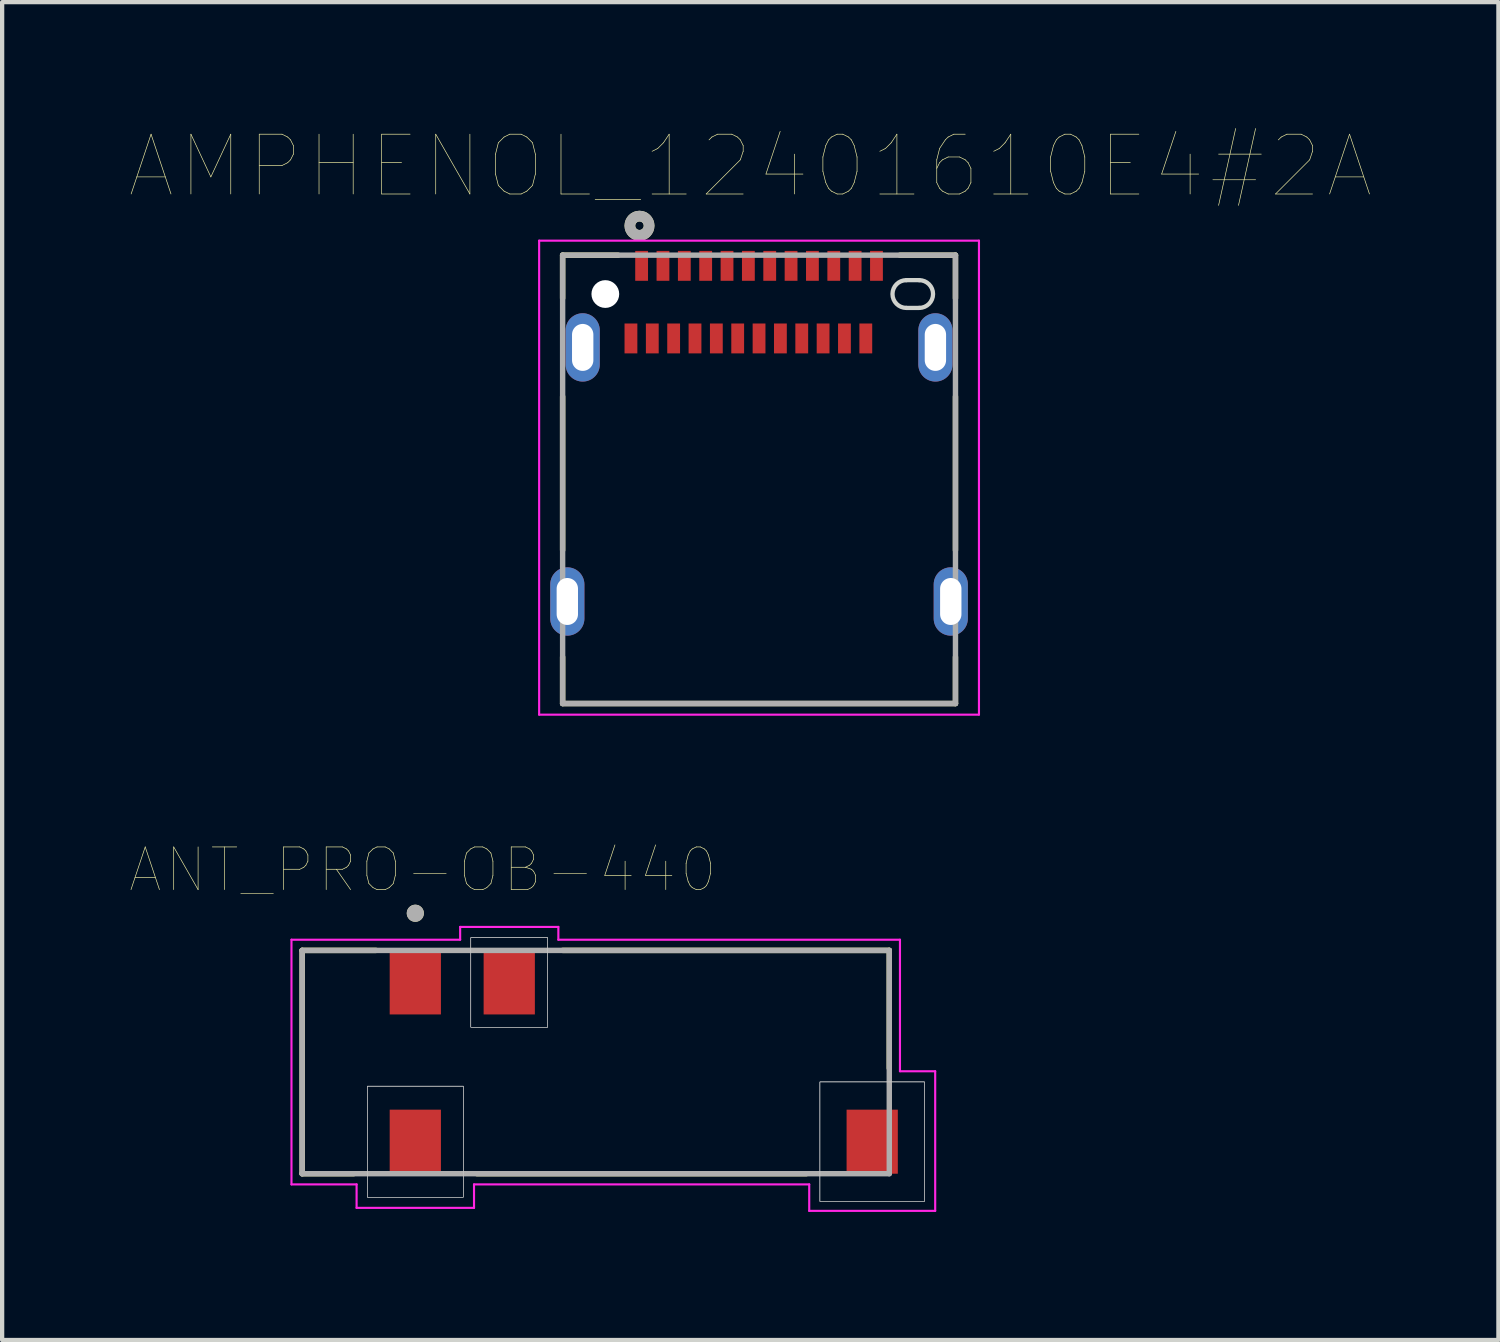
<source format=kicad_pcb>
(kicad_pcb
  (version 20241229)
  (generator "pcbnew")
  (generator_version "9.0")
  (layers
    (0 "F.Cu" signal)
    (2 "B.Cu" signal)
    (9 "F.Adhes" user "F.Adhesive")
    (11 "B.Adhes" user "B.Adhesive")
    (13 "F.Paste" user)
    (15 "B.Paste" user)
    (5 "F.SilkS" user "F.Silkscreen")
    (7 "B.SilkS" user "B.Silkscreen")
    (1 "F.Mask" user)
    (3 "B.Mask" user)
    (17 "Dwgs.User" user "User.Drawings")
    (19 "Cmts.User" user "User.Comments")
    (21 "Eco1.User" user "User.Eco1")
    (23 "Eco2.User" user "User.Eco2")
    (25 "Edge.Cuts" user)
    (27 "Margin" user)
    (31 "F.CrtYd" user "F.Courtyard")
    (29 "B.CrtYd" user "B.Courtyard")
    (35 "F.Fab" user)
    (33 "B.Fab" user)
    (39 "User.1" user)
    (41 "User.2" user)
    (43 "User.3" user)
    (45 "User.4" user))
  (footprint "AMPHENOL_12401610E4#2A"
    (layer "F.Cu")
    (at 14.726 3.836)
    (property "Reference" "AMPHENOL_12401610E4#2A" (at -0.205 -2.99 0) (layer "F.SilkS") (effects (font (size 1.4 1.4) (thickness 0.015))))
    (attr through_hole)
    (fp_line (start -4.6 -0.91) (end -4.6 0.1) (stroke (width 0.127) (type solid)) (layer "F.SilkS"))
    (fp_line (start -4.6 2.4) (end -4.6 6) (stroke (width 0.127) (type solid)) (layer "F.SilkS"))
    (fp_line (start -4.6 8.5) (end -4.6 9.59) (stroke (width 0.127) (type solid)) (layer "F.SilkS"))
    (fp_line (start -3.3 -0.91) (end -4.6 -0.91) (stroke (width 0.127) (type solid)) (layer "F.SilkS"))
    (fp_line (start 4.6 -0.91) (end 3.3 -0.91) (stroke (width 0.127) (type solid)) (layer "F.SilkS"))
    (fp_line (start 4.6 -0.91) (end 4.6 0.1) (stroke (width 0.127) (type solid)) (layer "F.SilkS"))
    (fp_line (start 4.6 2.4) (end 4.6 6) (stroke (width 0.127) (type solid)) (layer "F.SilkS"))
    (fp_line (start 4.6 8.5) (end 4.6 9.59) (stroke (width 0.127) (type solid)) (layer "F.SilkS"))
    (fp_line (start 4.6 9.59) (end -4.6 9.59) (stroke (width 0.127) (type solid)) (layer "F.SilkS"))
    (fp_circle (center -2.8 -1.6) (end -2.7 -1.6) (stroke (width 0.25) (type solid)) (fill no) (layer "F.SilkS"))
    (fp_line (start 3.45 -0.325) (end 3.75 -0.325) (stroke (width 0.1) (type solid)) (layer "Edge.Cuts"))
    (fp_line (start 3.75 0.325) (end 3.45 0.325) (stroke (width 0.1) (type solid)) (layer "Edge.Cuts"))
    (fp_arc (start 3.45 0.325) (mid 3.125 0) (end 3.45 -0.325) (stroke (width 0.1) (type solid)) (layer "Edge.Cuts"))
    (fp_arc (start 3.75 -0.325) (mid 4.075 0) (end 3.75 0.325) (stroke (width 0.1) (type solid)) (layer "Edge.Cuts"))
    (fp_line (start -5.15 -1.25) (end -5.15 9.85) (stroke (width 0.05) (type solid)) (layer "F.CrtYd"))
    (fp_line (start -5.15 9.85) (end 5.15 9.85) (stroke (width 0.05) (type solid)) (layer "F.CrtYd"))
    (fp_line (start 5.15 -1.25) (end -5.15 -1.25) (stroke (width 0.05) (type solid)) (layer "F.CrtYd"))
    (fp_line (start 5.15 9.85) (end 5.15 -1.25) (stroke (width 0.05) (type solid)) (layer "F.CrtYd"))
    (fp_line (start -4.6 -0.91) (end 4.6 -0.91) (stroke (width 0.127) (type solid)) (layer "F.Fab"))
    (fp_line (start -4.6 9.59) (end -4.6 -0.91) (stroke (width 0.127) (type solid)) (layer "F.Fab"))
    (fp_line (start 4.6 -0.91) (end 4.6 9.59) (stroke (width 0.127) (type solid)) (layer "F.Fab"))
    (fp_line (start 4.6 9.59) (end -4.6 9.59) (stroke (width 0.127) (type solid)) (layer "F.Fab"))
    (fp_circle (center -2.8 -1.6) (end -2.7 -1.6) (stroke (width 0.25) (type solid)) (fill no) (layer "F.Fab"))
    (pad "" np_thru_hole circle (at -3.6 0) (size 0.65 0.65) (drill 0.65) (layers "*.Cu" "*.Mask"))
    (pad "A1" smd rect (at -2.75 -0.66) (size 0.3 0.7) (layers "F.Cu" "F.Mask" "F.Paste"))
    (pad "A2" smd rect (at -2.25 -0.66) (size 0.3 0.7) (layers "F.Cu" "F.Mask" "F.Paste"))
    (pad "A3" smd rect (at -1.75 -0.66) (size 0.3 0.7) (layers "F.Cu" "F.Mask" "F.Paste"))
    (pad "A4" smd rect (at -1.25 -0.66) (size 0.3 0.7) (layers "F.Cu" "F.Mask" "F.Paste"))
    (pad "A5" smd rect (at -0.75 -0.66) (size 0.3 0.7) (layers "F.Cu" "F.Mask" "F.Paste"))
    (pad "A6" smd rect (at -0.25 -0.66) (size 0.3 0.7) (layers "F.Cu" "F.Mask" "F.Paste"))
    (pad "A7" smd rect (at 0.25 -0.66) (size 0.3 0.7) (layers "F.Cu" "F.Mask" "F.Paste"))
    (pad "A8" smd rect (at 0.75 -0.66) (size 0.3 0.7) (layers "F.Cu" "F.Mask" "F.Paste"))
    (pad "A9" smd rect (at 1.25 -0.66) (size 0.3 0.7) (layers "F.Cu" "F.Mask" "F.Paste"))
    (pad "A10" smd rect (at 1.75 -0.66) (size 0.3 0.7) (layers "F.Cu" "F.Mask" "F.Paste"))
    (pad "A11" smd rect (at 2.25 -0.66) (size 0.3 0.7) (layers "F.Cu" "F.Mask" "F.Paste"))
    (pad "A12" smd rect (at 2.75 -0.66) (size 0.3 0.7) (layers "F.Cu" "F.Mask" "F.Paste"))
    (pad "B1" smd rect (at 2.5 1.04) (size 0.3 0.7) (layers "F.Cu" "F.Mask" "F.Paste"))
    (pad "B2" smd rect (at 2 1.04) (size 0.3 0.7) (layers "F.Cu" "F.Mask" "F.Paste"))
    (pad "B3" smd rect (at 1.5 1.04) (size 0.3 0.7) (layers "F.Cu" "F.Mask" "F.Paste"))
    (pad "B4" smd rect (at 1 1.04) (size 0.3 0.7) (layers "F.Cu" "F.Mask" "F.Paste"))
    (pad "B5" smd rect (at 0.5 1.04) (size 0.3 0.7) (layers "F.Cu" "F.Mask" "F.Paste"))
    (pad "B6" smd rect (at 0 1.04) (size 0.3 0.7) (layers "F.Cu" "F.Mask" "F.Paste"))
    (pad "B7" smd rect (at -0.5 1.04) (size 0.3 0.7) (layers "F.Cu" "F.Mask" "F.Paste"))
    (pad "B8" smd rect (at -1 1.04) (size 0.3 0.7) (layers "F.Cu" "F.Mask" "F.Paste"))
    (pad "B9" smd rect (at -1.5 1.04) (size 0.3 0.7) (layers "F.Cu" "F.Mask" "F.Paste"))
    (pad "B10" smd rect (at -2 1.04) (size 0.3 0.7) (layers "F.Cu" "F.Mask" "F.Paste"))
    (pad "B11" smd rect (at -2.5 1.04) (size 0.3 0.7) (layers "F.Cu" "F.Mask" "F.Paste"))
    (pad "B12" smd rect (at -3 1.04) (size 0.3 0.7) (layers "F.Cu" "F.Mask" "F.Paste"))
    (pad "S1" thru_hole oval (at -4.13 1.25) (size 0.8 1.6) (drill oval 0.5 1.1) (layers "*.Cu" "*.Mask"))
    (pad "S2" thru_hole oval (at 4.13 1.25) (size 0.8 1.6) (drill oval 0.5 1.1) (layers "*.Cu" "*.Mask"))
    (pad "S3" thru_hole oval (at 4.49 7.2) (size 0.8 1.6) (drill oval 0.5 1.1) (layers "*.Cu" "*.Mask"))
    (pad "S4" thru_hole oval (at -4.49 7.2) (size 0.8 1.6) (drill oval 0.5 1.1) (layers "*.Cu" "*.Mask")))
  (footprint "ANT_PRO-OB-440"
    (layer "F.Cu")
    (at 6.676 19.957)
    (property "Reference" "ANT_PRO-OB-440" (at 0.175 -2.635 0) (layer "F.SilkS") (effects (font (size 1 1) (thickness 0.015))))
    (attr through_hole)
    (fp_line (start -2.65 -0.75) (end -2.65 4.48) (stroke (width 0.127) (type solid)) (layer "F.SilkS"))
    (fp_line (start -2.65 -0.75) (end -0.92 -0.75) (stroke (width 0.127) (type solid)) (layer "F.SilkS"))
    (fp_line (start -2.65 4.48) (end -1.445 4.48) (stroke (width 0.127) (type solid)) (layer "F.SilkS"))
    (fp_line (start 1.445 4.48) (end 9.155 4.48) (stroke (width 0.127) (type solid)) (layer "F.SilkS"))
    (fp_line (start 3.45 -0.75) (end 11.1 -0.75) (stroke (width 0.127) (type solid)) (layer "F.SilkS"))
    (fp_line (start 11.1 -0.75) (end 11.1 2.01) (stroke (width 0.127) (type solid)) (layer "F.SilkS"))
    (fp_circle (center 0 -1.62) (end 0.1 -1.62) (stroke (width 0.2) (type solid)) (fill no) (layer "F.SilkS"))
    (fp_poly (pts (xy -1.125 2.43) (xy 1.125 2.43) (xy 1.125 5.03) (xy -1.125 5.03)) (stroke (width 0.01) (type solid)) (fill no) (layer "Dwgs.User"))
    (fp_poly (pts (xy -1.125 2.43) (xy 1.125 2.43) (xy 1.125 5.03) (xy -1.125 5.03)) (stroke (width 0.01) (type solid)) (fill no) (layer "Dwgs.User"))
    (fp_poly (pts (xy -1.125 2.43) (xy 1.125 2.43) (xy 1.125 5.03) (xy -1.125 5.03)) (stroke (width 0.01) (type solid)) (fill no) (layer "Dwgs.User"))
    (fp_poly (pts (xy 1.3 -1.05) (xy 3.1 -1.05) (xy 3.1 1.05) (xy 1.3 1.05)) (stroke (width 0.01) (type solid)) (fill no) (layer "Dwgs.User"))
    (fp_poly (pts (xy 1.3 -1.05) (xy 3.1 -1.05) (xy 3.1 1.05) (xy 1.3 1.05)) (stroke (width 0.01) (type solid)) (fill no) (layer "Dwgs.User"))
    (fp_poly (pts (xy 1.3 -1.05) (xy 3.1 -1.05) (xy 3.1 1.05) (xy 1.3 1.05)) (stroke (width 0.01) (type solid)) (fill no) (layer "Dwgs.User"))
    (fp_poly (pts (xy 9.475 2.33) (xy 11.925 2.33) (xy 11.925 5.13) (xy 9.475 5.13)) (stroke (width 0.01) (type solid)) (fill no) (layer "Dwgs.User"))
    (fp_poly (pts (xy 9.475 2.33) (xy 11.925 2.33) (xy 11.925 5.13) (xy 9.475 5.13)) (stroke (width 0.01) (type solid)) (fill no) (layer "Dwgs.User"))
    (fp_poly (pts (xy 9.475 2.33) (xy 11.925 2.33) (xy 11.925 5.13) (xy 9.475 5.13)) (stroke (width 0.01) (type solid)) (fill no) (layer "Dwgs.User"))
    (fp_line (start -2.9 -1) (end -2.9 4.73) (stroke (width 0.05) (type solid)) (layer "F.CrtYd"))
    (fp_line (start -2.9 -1) (end 1.05 -1) (stroke (width 0.05) (type solid)) (layer "F.CrtYd"))
    (fp_line (start -2.9 4.73) (end -1.375 4.73) (stroke (width 0.05) (type solid)) (layer "F.CrtYd"))
    (fp_line (start -1.375 4.73) (end -1.375 5.28) (stroke (width 0.05) (type solid)) (layer "F.CrtYd"))
    (fp_line (start -1.375 5.28) (end 1.375 5.28) (stroke (width 0.05) (type solid)) (layer "F.CrtYd"))
    (fp_line (start 1.05 -1.3) (end 3.35 -1.3) (stroke (width 0.05) (type solid)) (layer "F.CrtYd"))
    (fp_line (start 1.05 -1) (end 1.05 -1.3) (stroke (width 0.05) (type solid)) (layer "F.CrtYd"))
    (fp_line (start 1.375 5.28) (end 1.375 4.73) (stroke (width 0.05) (type solid)) (layer "F.CrtYd"))
    (fp_line (start 3.35 -1.3) (end 3.35 -1) (stroke (width 0.05) (type solid)) (layer "F.CrtYd"))
    (fp_line (start 3.35 -1) (end 11.35 -1) (stroke (width 0.05) (type solid)) (layer "F.CrtYd"))
    (fp_line (start 9.225 4.73) (end 1.375 4.73) (stroke (width 0.05) (type solid)) (layer "F.CrtYd"))
    (fp_line (start 9.225 4.73) (end 9.225 5.35) (stroke (width 0.05) (type solid)) (layer "F.CrtYd"))
    (fp_line (start 9.225 5.35) (end 12.175 5.35) (stroke (width 0.05) (type solid)) (layer "F.CrtYd"))
    (fp_line (start 11.35 -1) (end 11.35 2.08) (stroke (width 0.05) (type solid)) (layer "F.CrtYd"))
    (fp_line (start 11.35 2.08) (end 12.175 2.08) (stroke (width 0.05) (type solid)) (layer "F.CrtYd"))
    (fp_line (start 12.175 2.08) (end 12.175 5.35) (stroke (width 0.05) (type solid)) (layer "F.CrtYd"))
    (fp_line (start -2.65 -0.75) (end -2.65 4.48) (stroke (width 0.127) (type solid)) (layer "F.Fab"))
    (fp_line (start -2.65 4.48) (end 11.1 4.48) (stroke (width 0.127) (type solid)) (layer "F.Fab"))
    (fp_line (start 11.1 -0.75) (end -2.65 -0.75) (stroke (width 0.127) (type solid)) (layer "F.Fab"))
    (fp_line (start 11.1 4.48) (end 11.1 -0.75) (stroke (width 0.127) (type solid)) (layer "F.Fab"))
    (fp_circle (center 0 -1.62) (end 0.1 -1.62) (stroke (width 0.2) (type solid)) (fill no) (layer "F.Fab"))
    (pad "1" smd rect (at 0 0) (size 1.2 1.5) (layers "F.Cu" "F.Mask" "F.Paste"))
    (pad "2" smd rect (at 2.2 0) (size 1.2 1.5) (layers "F.Cu" "F.Mask" "F.Paste"))
    (pad "3" smd rect (at 0 3.73) (size 1.2 1.5) (layers "F.Cu" "F.Mask" "F.Paste"))
    (pad "4" smd rect (at 10.7 3.73) (size 1.2 1.5) (layers "F.Cu" "F.Mask" "F.Paste")))
  (gr_rect
    (start -3 -3)
    (end 32.041 28.332)
    (stroke (width 0.1) (type default))
    (fill no)
    (layer "Edge.Cuts")))
</source>
